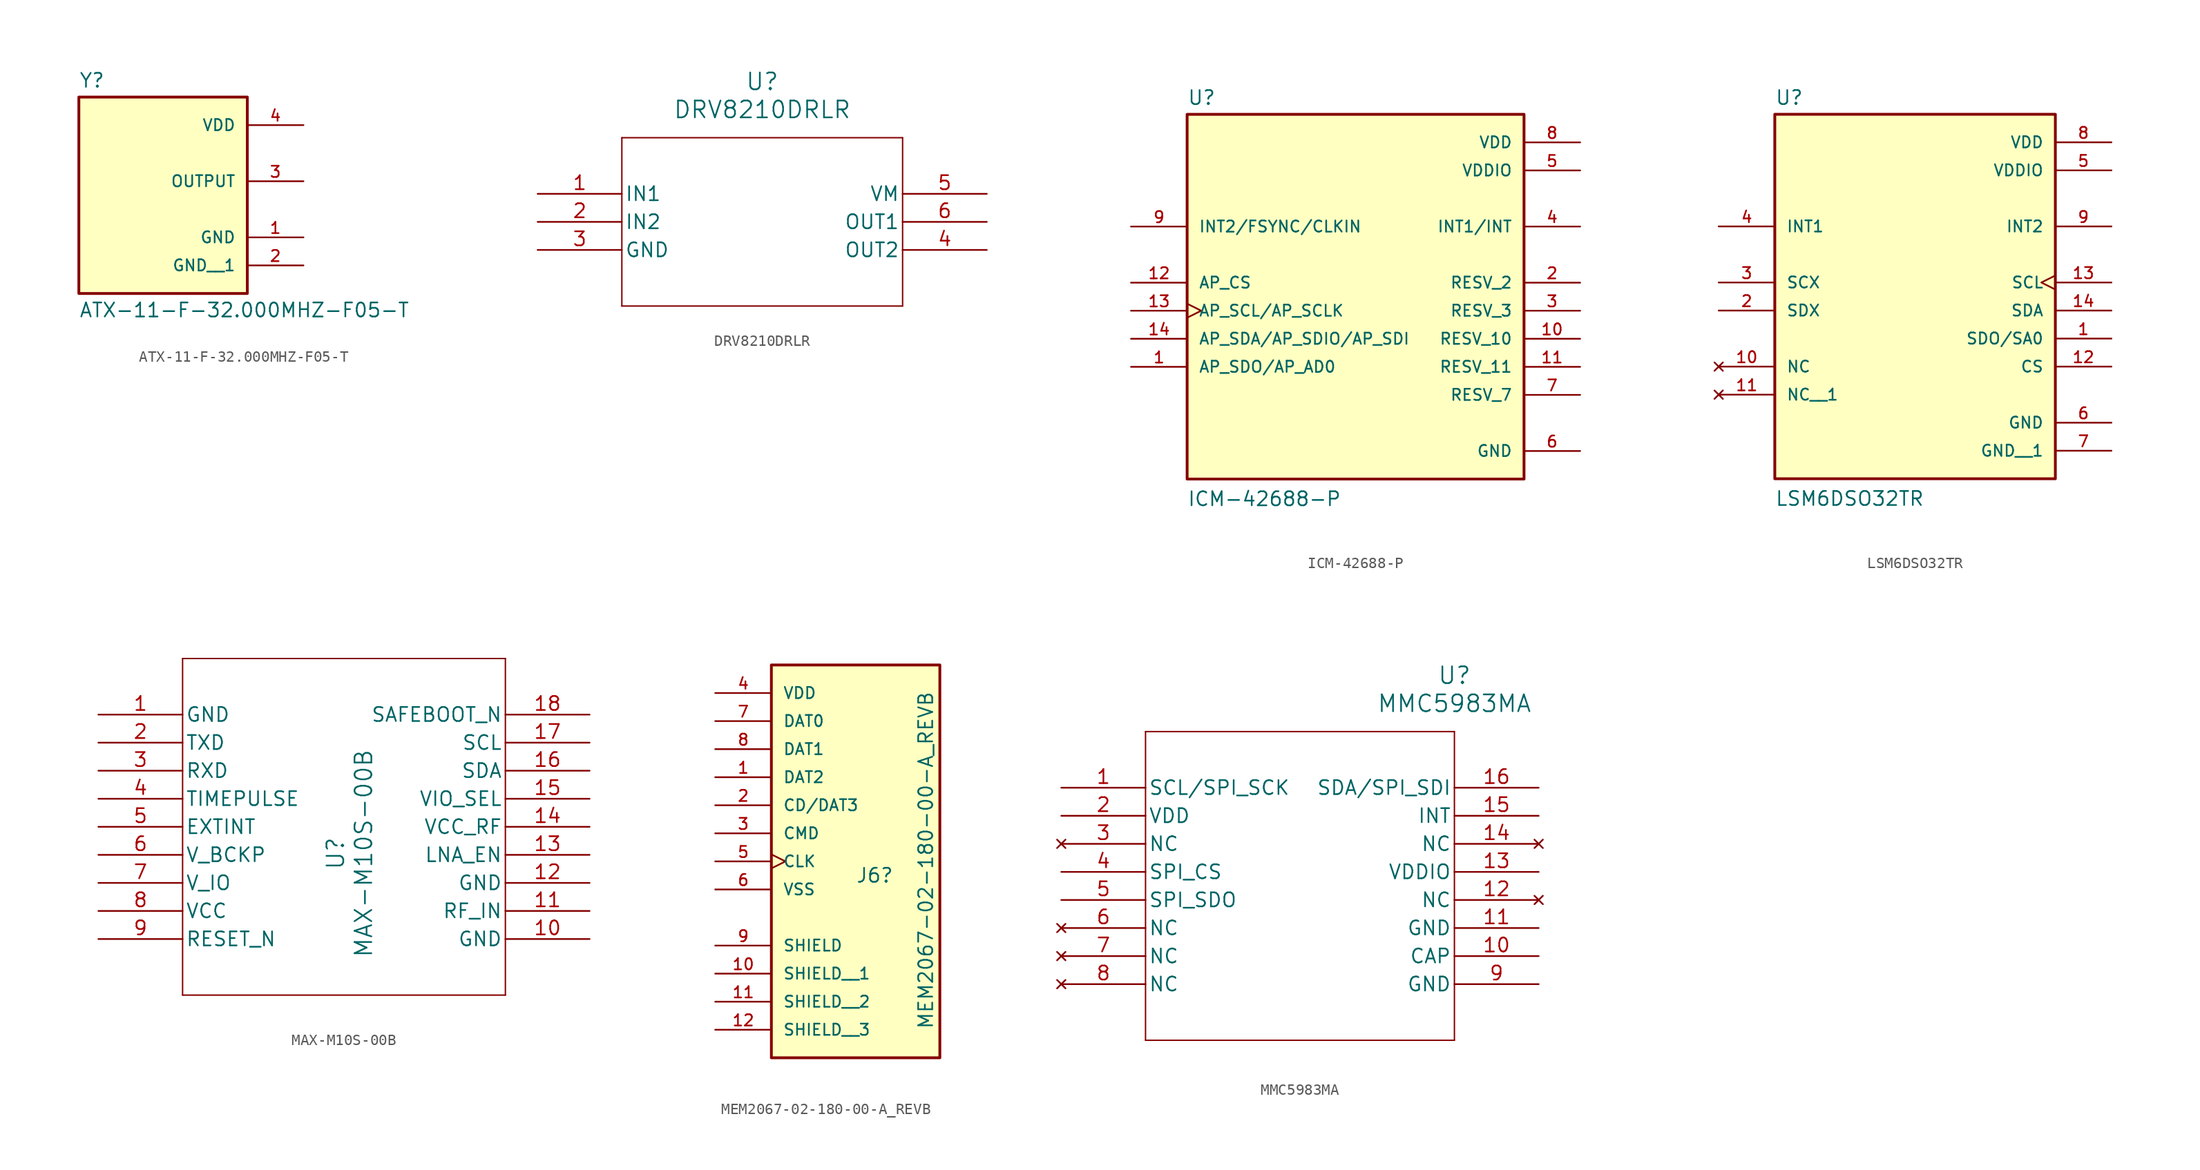
<source format=kicad_sym>
(kicad_symbol_lib
  (version 20241209)
  (generator "kicad_symbol_editor")
  (generator_version "9.0")
  (symbol "ATX-11-F-32.000MHZ-F05-T"
    (pin_names
      (offset 1.016))
    (property "Reference" "Y"
      (at -7.62 8.382 0)
      (effects (font (size 1.27 1.27)) (justify left bottom)))
    (property "Value" "ATX-11-F-32.000MHZ-F05-T"
      (at -7.62 -10.922 0)
      (effects (font (size 1.27 1.27)) (justify left top)))
    (symbol "ATX-11-F-32.000MHZ-F05-T_0_0"
      (rectangle (start -7.62 7.62) (end 7.62 -10.16) (stroke (width 0.254) (type default)) (fill (type background)))
      (pin power_in line (at 12.7 5.08 180) (length 5.08) (name "VDD" (effects (font (size 1.016 1.016)))) (number "4" (effects (font (size 1.016 1.016)))))
      (pin output line (at 12.7 0 180) (length 5.08) (name "OUTPUT" (effects (font (size 1.016 1.016)))) (number "3" (effects (font (size 1.016 1.016)))))
      (pin power_in line (at 12.7 -5.08 180) (length 5.08) (name "GND" (effects (font (size 1.016 1.016)))) (number "1" (effects (font (size 1.016 1.016)))))
      (pin power_in line (at 12.7 -7.62 180) (length 5.08) (name "GND__1" (effects (font (size 1.016 1.016)))) (number "2" (effects (font (size 1.016 1.016)))))))
  (symbol "DRV8210DRLR"
    (pin_names
      (offset 0.254))
    (property "Reference" "U"
      (at 20.32 10.16 0)
      (effects (font (size 1.524 1.524))))
    (property "Value" "DRV8210DRLR"
      (at 20.32 7.62 0)
      (effects (font (size 1.524 1.524))))
    (symbol "DRV8210DRLR_0_1"
      (polyline (pts (xy 7.62 5.08) (xy 7.62 -10.16)) (stroke (width 0.127) (type default)) (fill (type none)))
      (polyline (pts (xy 7.62 -10.16) (xy 33.02 -10.16)) (stroke (width 0.127) (type default)) (fill (type none)))
      (polyline (pts (xy 33.02 5.08) (xy 7.62 5.08)) (stroke (width 0.127) (type default)) (fill (type none)))
      (polyline (pts (xy 33.02 -10.16) (xy 33.02 5.08)) (stroke (width 0.127) (type default)) (fill (type none)))
      (pin input line (at 0 0 0) (length 7.62) (name "IN1" (effects (font (size 1.27 1.27)))) (number "1" (effects (font (size 1.27 1.27)))))
      (pin input line (at 0 -2.54 0) (length 7.62) (name "IN2" (effects (font (size 1.27 1.27)))) (number "2" (effects (font (size 1.27 1.27)))))
      (pin power_out line (at 0 -5.08 0) (length 7.62) (name "GND" (effects (font (size 1.27 1.27)))) (number "3" (effects (font (size 1.27 1.27)))))
      (pin unspecified line (at 40.64 0 180) (length 7.62) (name "VM" (effects (font (size 1.27 1.27)))) (number "5" (effects (font (size 1.27 1.27)))))
      (pin output line (at 40.64 -2.54 180) (length 7.62) (name "OUT1" (effects (font (size 1.27 1.27)))) (number "6" (effects (font (size 1.27 1.27)))))
      (pin output line (at 40.64 -5.08 180) (length 7.62) (name "OUT2" (effects (font (size 1.27 1.27)))) (number "4" (effects (font (size 1.27 1.27)))))))
  (symbol "ICM-42688-P"
    (pin_names
      (offset 1.016))
    (property "Reference" "U"
      (at -20.32 16.002 0)
      (effects (font (size 1.27 1.27)) (justify left bottom)))
    (property "Value" "ICM-42688-P"
      (at -20.32 -20.32 0)
      (effects (font (size 1.27 1.27)) (justify left bottom)))
    (symbol "ICM-42688-P_0_0"
      (rectangle (start -20.32 15.24) (end 10.16 -17.78) (stroke (width 0.254) (type default)) (fill (type background)))
      (pin bidirectional line (at -25.4 5.08 0) (length 5.08) (name "INT2/FSYNC/CLKIN" (effects (font (size 1.016 1.016)))) (number "9" (effects (font (size 1.016 1.016)))))
      (pin input line (at -25.4 0 0) (length 5.08) (name "AP_CS" (effects (font (size 1.016 1.016)))) (number "12" (effects (font (size 1.016 1.016)))))
      (pin input clock (at -25.4 -2.54 0) (length 5.08) (name "AP_SCL/AP_SCLK" (effects (font (size 1.016 1.016)))) (number "13" (effects (font (size 1.016 1.016)))))
      (pin bidirectional line (at -25.4 -5.08 0) (length 5.08) (name "AP_SDA/AP_SDIO/AP_SDI" (effects (font (size 1.016 1.016)))) (number "14" (effects (font (size 1.016 1.016)))))
      (pin bidirectional line (at -25.4 -7.62 0) (length 5.08) (name "AP_SDO/AP_AD0" (effects (font (size 1.016 1.016)))) (number "1" (effects (font (size 1.016 1.016)))))
      (pin power_in line (at 15.24 12.7 180) (length 5.08) (name "VDD" (effects (font (size 1.016 1.016)))) (number "8" (effects (font (size 1.016 1.016)))))
      (pin power_in line (at 15.24 10.16 180) (length 5.08) (name "VDDIO" (effects (font (size 1.016 1.016)))) (number "5" (effects (font (size 1.016 1.016)))))
      (pin output line (at 15.24 5.08 180) (length 5.08) (name "INT1/INT" (effects (font (size 1.016 1.016)))) (number "4" (effects (font (size 1.016 1.016)))))
      (pin passive line (at 15.24 0 180) (length 5.08) (name "RESV_2" (effects (font (size 1.016 1.016)))) (number "2" (effects (font (size 1.016 1.016)))))
      (pin passive line (at 15.24 -2.54 180) (length 5.08) (name "RESV_3" (effects (font (size 1.016 1.016)))) (number "3" (effects (font (size 1.016 1.016)))))
      (pin passive line (at 15.24 -5.08 180) (length 5.08) (name "RESV_10" (effects (font (size 1.016 1.016)))) (number "10" (effects (font (size 1.016 1.016)))))
      (pin passive line (at 15.24 -7.62 180) (length 5.08) (name "RESV_11" (effects (font (size 1.016 1.016)))) (number "11" (effects (font (size 1.016 1.016)))))
      (pin passive line (at 15.24 -10.16 180) (length 5.08) (name "RESV_7" (effects (font (size 1.016 1.016)))) (number "7" (effects (font (size 1.016 1.016)))))
      (pin power_in line (at 15.24 -15.24 180) (length 5.08) (name "GND" (effects (font (size 1.016 1.016)))) (number "6" (effects (font (size 1.016 1.016)))))))
  (symbol "LSM6DSO32TR"
    (pin_names
      (offset 1.016))
    (property "Reference" "U"
      (at -12.7 16.002 0)
      (effects (font (size 1.27 1.27)) (justify left bottom)))
    (property "Value" "LSM6DSO32TR"
      (at -12.7 -20.32 0)
      (effects (font (size 1.27 1.27)) (justify left bottom)))
    (symbol "LSM6DSO32TR_0_0"
      (rectangle (start -12.7 -17.78) (end 12.7 15.24) (stroke (width 0.254) (type default)) (fill (type background)))
      (pin input line (at -17.78 5.08 0) (length 5.08) (name "INT1" (effects (font (size 1.016 1.016)))) (number "4" (effects (font (size 1.016 1.016)))))
      (pin passive line (at -17.78 0 0) (length 5.08) (name "SCX" (effects (font (size 1.016 1.016)))) (number "3" (effects (font (size 1.016 1.016)))))
      (pin passive line (at -17.78 -2.54 0) (length 5.08) (name "SDX" (effects (font (size 1.016 1.016)))) (number "2" (effects (font (size 1.016 1.016)))))
      (pin no_connect line (at -17.78 -7.62 0) (length 5.08) (name "NC" (effects (font (size 1.016 1.016)))) (number "10" (effects (font (size 1.016 1.016)))))
      (pin no_connect line (at -17.78 -10.16 0) (length 5.08) (name "NC__1" (effects (font (size 1.016 1.016)))) (number "11" (effects (font (size 1.016 1.016)))))
      (pin power_in line (at 17.78 12.7 180) (length 5.08) (name "VDD" (effects (font (size 1.016 1.016)))) (number "8" (effects (font (size 1.016 1.016)))))
      (pin power_in line (at 17.78 10.16 180) (length 5.08) (name "VDDIO" (effects (font (size 1.016 1.016)))) (number "5" (effects (font (size 1.016 1.016)))))
      (pin output line (at 17.78 5.08 180) (length 5.08) (name "INT2" (effects (font (size 1.016 1.016)))) (number "9" (effects (font (size 1.016 1.016)))))
      (pin input clock (at 17.78 0 180) (length 5.08) (name "SCL" (effects (font (size 1.016 1.016)))) (number "13" (effects (font (size 1.016 1.016)))))
      (pin bidirectional line (at 17.78 -2.54 180) (length 5.08) (name "SDA" (effects (font (size 1.016 1.016)))) (number "14" (effects (font (size 1.016 1.016)))))
      (pin bidirectional line (at 17.78 -5.08 180) (length 5.08) (name "SDO/SA0" (effects (font (size 1.016 1.016)))) (number "1" (effects (font (size 1.016 1.016)))))
      (pin input line (at 17.78 -7.62 180) (length 5.08) (name "CS" (effects (font (size 1.016 1.016)))) (number "12" (effects (font (size 1.016 1.016)))))
      (pin power_in line (at 17.78 -12.7 180) (length 5.08) (name "GND" (effects (font (size 1.016 1.016)))) (number "6" (effects (font (size 1.016 1.016)))))
      (pin power_in line (at 17.78 -15.24 180) (length 5.08) (name "GND__1" (effects (font (size 1.016 1.016)))) (number "7" (effects (font (size 1.016 1.016)))))))
  (symbol "MAX-M10S-00B"
    (pin_names
      (offset 0.254))
    (property "Reference" "U"
      (at 21.463 -12.573 90)
      (effects (font (size 1.524 1.524))))
    (property "Value" "MAX-M10S-00B"
      (at 24.003 -12.573 90)
      (effects (font (size 1.524 1.524))))
    (symbol "MAX-M10S-00B_0_1"
      (polyline (pts (xy 7.62 5.08) (xy 7.62 -25.4)) (stroke (width 0.127) (type default)) (fill (type none)))
      (polyline (pts (xy 7.62 -25.4) (xy 36.83 -25.4)) (stroke (width 0.127) (type default)) (fill (type none)))
      (polyline (pts (xy 36.83 5.08) (xy 7.62 5.08)) (stroke (width 0.127) (type default)) (fill (type none)))
      (polyline (pts (xy 36.83 -25.4) (xy 36.83 5.08)) (stroke (width 0.127) (type default)) (fill (type none)))
      (pin power_out line (at 0 0 0) (length 7.62) (name "GND" (effects (font (size 1.27 1.27)))) (number "1" (effects (font (size 1.27 1.27)))))
      (pin output line (at 0 -2.54 0) (length 7.62) (name "TXD" (effects (font (size 1.27 1.27)))) (number "2" (effects (font (size 1.27 1.27)))))
      (pin input line (at 0 -5.08 0) (length 7.62) (name "RXD" (effects (font (size 1.27 1.27)))) (number "3" (effects (font (size 1.27 1.27)))))
      (pin output line (at 0 -7.62 0) (length 7.62) (name "TIMEPULSE" (effects (font (size 1.27 1.27)))) (number "4" (effects (font (size 1.27 1.27)))))
      (pin input line (at 0 -10.16 0) (length 7.62) (name "EXTINT" (effects (font (size 1.27 1.27)))) (number "5" (effects (font (size 1.27 1.27)))))
      (pin power_in line (at 0 -12.7 0) (length 7.62) (name "V_BCKP" (effects (font (size 1.27 1.27)))) (number "6" (effects (font (size 1.27 1.27)))))
      (pin power_in line (at 0 -15.24 0) (length 7.62) (name "V_IO" (effects (font (size 1.27 1.27)))) (number "7" (effects (font (size 1.27 1.27)))))
      (pin power_in line (at 0 -17.78 0) (length 7.62) (name "VCC" (effects (font (size 1.27 1.27)))) (number "8" (effects (font (size 1.27 1.27)))))
      (pin input line (at 0 -20.32 0) (length 7.62) (name "RESET_N" (effects (font (size 1.27 1.27)))) (number "9" (effects (font (size 1.27 1.27)))))
      (pin input line (at 44.45 0 180) (length 7.62) (name "SAFEBOOT_N" (effects (font (size 1.27 1.27)))) (number "18" (effects (font (size 1.27 1.27)))))
      (pin input line (at 44.45 -2.54 180) (length 7.62) (name "SCL" (effects (font (size 1.27 1.27)))) (number "17" (effects (font (size 1.27 1.27)))))
      (pin bidirectional line (at 44.45 -5.08 180) (length 7.62) (name "SDA" (effects (font (size 1.27 1.27)))) (number "16" (effects (font (size 1.27 1.27)))))
      (pin input line (at 44.45 -7.62 180) (length 7.62) (name "VIO_SEL" (effects (font (size 1.27 1.27)))) (number "15" (effects (font (size 1.27 1.27)))))
      (pin output line (at 44.45 -10.16 180) (length 7.62) (name "VCC_RF" (effects (font (size 1.27 1.27)))) (number "14" (effects (font (size 1.27 1.27)))))
      (pin output line (at 44.45 -12.7 180) (length 7.62) (name "LNA_EN" (effects (font (size 1.27 1.27)))) (number "13" (effects (font (size 1.27 1.27)))))
      (pin power_out line (at 44.45 -15.24 180) (length 7.62) (name "GND" (effects (font (size 1.27 1.27)))) (number "12" (effects (font (size 1.27 1.27)))))
      (pin input line (at 44.45 -17.78 180) (length 7.62) (name "RF_IN" (effects (font (size 1.27 1.27)))) (number "11" (effects (font (size 1.27 1.27)))))
      (pin power_out line (at 44.45 -20.32 180) (length 7.62) (name "GND" (effects (font (size 1.27 1.27)))) (number "10" (effects (font (size 1.27 1.27)))))))
  (symbol "MEM2067-02-180-00-A_REVB"
    (pin_names
      (offset 1.016))
    (property "Reference" "J6"
      (at 7.62 -6.35 0)
      (effects (font (size 1.27 1.27)) (justify left)))
    (property "Value" "MEM2067-02-180-00-A_REVB"
      (at 13.97 -20.32 90)
      (effects (font (size 1.27 1.27)) (justify left)))
    (symbol "MEM2067-02-180-00-A_REVB_0_0"
      (rectangle (start 0 -22.86) (end 15.24 12.7) (stroke (width 0.254) (type default)) (fill (type background)))
      (pin power_in line (at -5.08 10.16 0) (length 5.08) (name "VDD" (effects (font (size 1.016 1.016)))) (number "4" (effects (font (size 1.016 1.016)))))
      (pin bidirectional line (at -5.08 7.62 0) (length 5.08) (name "DAT0" (effects (font (size 1.016 1.016)))) (number "7" (effects (font (size 1.016 1.016)))))
      (pin bidirectional line (at -5.08 5.08 0) (length 5.08) (name "DAT1" (effects (font (size 1.016 1.016)))) (number "8" (effects (font (size 1.016 1.016)))))
      (pin bidirectional line (at -5.08 2.54 0) (length 5.08) (name "DAT2" (effects (font (size 1.016 1.016)))) (number "1" (effects (font (size 1.016 1.016)))))
      (pin bidirectional line (at -5.08 0 0) (length 5.08) (name "CD/DAT3" (effects (font (size 1.016 1.016)))) (number "2" (effects (font (size 1.016 1.016)))))
      (pin bidirectional line (at -5.08 -2.54 0) (length 5.08) (name "CMD" (effects (font (size 1.016 1.016)))) (number "3" (effects (font (size 1.016 1.016)))))
      (pin bidirectional clock (at -5.08 -5.08 0) (length 5.08) (name "CLK" (effects (font (size 1.016 1.016)))) (number "5" (effects (font (size 1.016 1.016)))))
      (pin power_in line (at -5.08 -7.62 0) (length 5.08) (name "VSS" (effects (font (size 1.016 1.016)))) (number "6" (effects (font (size 1.016 1.016)))))
      (pin passive line (at -5.08 -12.7 0) (length 5.08) (name "SHIELD" (effects (font (size 1.016 1.016)))) (number "9" (effects (font (size 1.016 1.016)))))
      (pin passive line (at -5.08 -15.24 0) (length 5.08) (name "SHIELD__1" (effects (font (size 1.016 1.016)))) (number "10" (effects (font (size 1.016 1.016)))))
      (pin passive line (at -5.08 -17.78 0) (length 5.08) (name "SHIELD__2" (effects (font (size 1.016 1.016)))) (number "11" (effects (font (size 1.016 1.016)))))
      (pin passive line (at -5.08 -20.32 0) (length 5.08) (name "SHIELD__3" (effects (font (size 1.016 1.016)))) (number "12" (effects (font (size 1.016 1.016)))))))
  (symbol "MMC5983MA"
    (pin_names
      (offset 0.254))
    (property "Reference" "U"
      (at 35.56 10.16 0)
      (effects (font (size 1.524 1.524))))
    (property "Value" "MMC5983MA"
      (at 35.56 7.62 0)
      (effects (font (size 1.524 1.524))))
    (symbol "MMC5983MA_0_1"
      (polyline (pts (xy 7.62 5.08) (xy 7.62 -22.86)) (stroke (width 0.127) (type default)) (fill (type none)))
      (polyline (pts (xy 7.62 -22.86) (xy 35.56 -22.86)) (stroke (width 0.127) (type default)) (fill (type none)))
      (polyline (pts (xy 35.56 5.08) (xy 7.62 5.08)) (stroke (width 0.127) (type default)) (fill (type none)))
      (polyline (pts (xy 35.56 -22.86) (xy 35.56 5.08)) (stroke (width 0.127) (type default)) (fill (type none)))
      (pin input line (at 0 0 0) (length 7.62) (name "SCL/SPI_SCK" (effects (font (size 1.27 1.27)))) (number "1" (effects (font (size 1.27 1.27)))))
      (pin power_in line (at 0 -2.54 0) (length 7.62) (name "VDD" (effects (font (size 1.27 1.27)))) (number "2" (effects (font (size 1.27 1.27)))))
      (pin no_connect line (at 0 -5.08 0) (length 7.62) (name "NC" (effects (font (size 1.27 1.27)))) (number "3" (effects (font (size 1.27 1.27)))))
      (pin input line (at 0 -7.62 0) (length 7.62) (name "SPI_CS" (effects (font (size 1.27 1.27)))) (number "4" (effects (font (size 1.27 1.27)))))
      (pin output line (at 0 -10.16 0) (length 7.62) (name "SPI_SDO" (effects (font (size 1.27 1.27)))) (number "5" (effects (font (size 1.27 1.27)))))
      (pin no_connect line (at 0 -12.7 0) (length 7.62) (name "NC" (effects (font (size 1.27 1.27)))) (number "6" (effects (font (size 1.27 1.27)))))
      (pin no_connect line (at 0 -15.24 0) (length 7.62) (name "NC" (effects (font (size 1.27 1.27)))) (number "7" (effects (font (size 1.27 1.27)))))
      (pin no_connect line (at 0 -17.78 0) (length 7.62) (name "NC" (effects (font (size 1.27 1.27)))) (number "8" (effects (font (size 1.27 1.27)))))
      (pin bidirectional line (at 43.18 0 180) (length 7.62) (name "SDA/SPI_SDI" (effects (font (size 1.27 1.27)))) (number "16" (effects (font (size 1.27 1.27)))))
      (pin output line (at 43.18 -2.54 180) (length 7.62) (name "INT" (effects (font (size 1.27 1.27)))) (number "15" (effects (font (size 1.27 1.27)))))
      (pin no_connect line (at 43.18 -5.08 180) (length 7.62) (name "NC" (effects (font (size 1.27 1.27)))) (number "14" (effects (font (size 1.27 1.27)))))
      (pin power_in line (at 43.18 -7.62 180) (length 7.62) (name "VDDIO" (effects (font (size 1.27 1.27)))) (number "13" (effects (font (size 1.27 1.27)))))
      (pin no_connect line (at 43.18 -10.16 180) (length 7.62) (name "NC" (effects (font (size 1.27 1.27)))) (number "12" (effects (font (size 1.27 1.27)))))
      (pin power_out line (at 43.18 -12.7 180) (length 7.62) (name "GND" (effects (font (size 1.27 1.27)))) (number "11" (effects (font (size 1.27 1.27)))))
      (pin power_in line (at 43.18 -15.24 180) (length 7.62) (name "CAP" (effects (font (size 1.27 1.27)))) (number "10" (effects (font (size 1.27 1.27)))))
      (pin power_out line (at 43.18 -17.78 180) (length 7.62) (name "GND" (effects (font (size 1.27 1.27)))) (number "9" (effects (font (size 1.27 1.27))))))))
</source>
